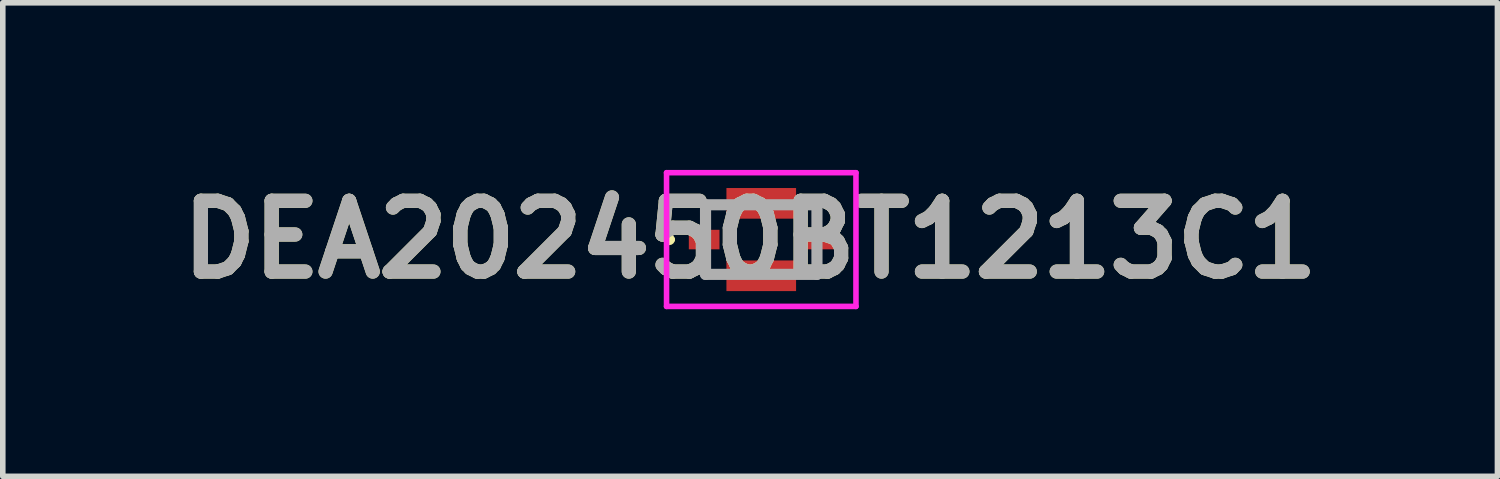
<source format=kicad_pcb>
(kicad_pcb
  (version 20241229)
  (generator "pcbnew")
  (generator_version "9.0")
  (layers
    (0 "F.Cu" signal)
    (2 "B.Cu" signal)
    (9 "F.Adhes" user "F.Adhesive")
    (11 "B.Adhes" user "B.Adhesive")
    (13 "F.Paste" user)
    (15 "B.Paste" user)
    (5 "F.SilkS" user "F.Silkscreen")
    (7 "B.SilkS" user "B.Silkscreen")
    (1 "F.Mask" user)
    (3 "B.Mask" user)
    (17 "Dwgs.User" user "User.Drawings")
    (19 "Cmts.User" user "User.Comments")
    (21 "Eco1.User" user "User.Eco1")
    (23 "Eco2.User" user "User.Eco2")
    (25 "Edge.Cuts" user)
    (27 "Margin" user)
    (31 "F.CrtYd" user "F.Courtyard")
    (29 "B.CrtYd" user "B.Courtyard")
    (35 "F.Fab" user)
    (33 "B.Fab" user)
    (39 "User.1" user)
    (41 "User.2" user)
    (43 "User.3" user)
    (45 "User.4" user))
  (footprint "DEA202450BT1213C1"
    (layer "F.Cu")
    (at 10.614 1.25)
    (property "Reference" "DEA202450BT1213C1" (at -0.2 0 0) (layer "F.SilkS") (effects (font (size 1.27 1.27) (thickness 0.254))))
    (attr smd)
    (fp_line (start -1.7 0) (end -1.7 0) (stroke (width 0.1) (type solid)) (layer "F.SilkS"))
    (fp_line (start -1.6 0) (end -1.6 0) (stroke (width 0.1) (type solid)) (layer "F.SilkS"))
    (fp_line (start -1 -0.625) (end -0.9 -0.625) (stroke (width 0.1) (type solid)) (layer "F.SilkS"))
    (fp_line (start -1 -0.6) (end -1 -0.625) (stroke (width 0.1) (type solid)) (layer "F.SilkS"))
    (fp_line (start -1 -0.4) (end -1 -0.6) (stroke (width 0.1) (type solid)) (layer "F.SilkS"))
    (fp_line (start -1 0.4) (end -1 0.625) (stroke (width 0.1) (type solid)) (layer "F.SilkS"))
    (fp_line (start -1 0.625) (end -0.9 0.625) (stroke (width 0.1) (type solid)) (layer "F.SilkS"))
    (fp_line (start 1 -0.625) (end 0.9 -0.625) (stroke (width 0.1) (type solid)) (layer "F.SilkS"))
    (fp_line (start 1 -0.4) (end 1 -0.625) (stroke (width 0.1) (type solid)) (layer "F.SilkS"))
    (fp_line (start 1 0.4) (end 1 0.625) (stroke (width 0.1) (type solid)) (layer "F.SilkS"))
    (fp_line (start 1 0.625) (end 0.9 0.625) (stroke (width 0.1) (type solid)) (layer "F.SilkS"))
    (fp_arc (start -1.7 0) (mid -1.65 -0.05) (end -1.6 0) (stroke (width 0.1) (type solid)) (layer "F.SilkS"))
    (fp_arc (start -1.6 0) (mid -1.65 0.05) (end -1.7 0) (stroke (width 0.1) (type solid)) (layer "F.SilkS"))
    (fp_line (start -1.7 -1.2) (end 1.7 -1.2) (stroke (width 0.1) (type solid)) (layer "F.CrtYd"))
    (fp_line (start -1.7 1.2) (end -1.7 -1.2) (stroke (width 0.1) (type solid)) (layer "F.CrtYd"))
    (fp_line (start 1.7 -1.2) (end 1.7 1.2) (stroke (width 0.1) (type solid)) (layer "F.CrtYd"))
    (fp_line (start 1.7 1.2) (end -1.7 1.2) (stroke (width 0.1) (type solid)) (layer "F.CrtYd"))
    (fp_line (start -1 -0.625) (end 1 -0.625) (stroke (width 0.2) (type solid)) (layer "F.Fab"))
    (fp_line (start -1 0.625) (end -1 -0.625) (stroke (width 0.2) (type solid)) (layer "F.Fab"))
    (fp_line (start 1 -0.625) (end 1 0.625) (stroke (width 0.2) (type solid)) (layer "F.Fab"))
    (fp_line (start 1 0.625) (end -1 0.625) (stroke (width 0.2) (type solid)) (layer "F.Fab"))
    (fp_text user "${REFERENCE}" (at -0.2 0 0) (layer "F.Fab") (effects (font (size 1.27 1.27) (thickness 0.254))))
    (pad "1" smd rect (at -1.025 0 90) (size 0.35 0.55) (layers "F.Cu" "F.Mask" "F.Paste"))
    (pad "2" smd rect (at 0 0.65 90) (size 0.55 1.25) (layers "F.Cu" "F.Mask" "F.Paste"))
    (pad "3" smd rect (at 1.025 0 90) (size 0.35 0.55) (layers "F.Cu" "F.Mask" "F.Paste"))
    (pad "4" smd rect (at 0 -0.65 90) (size 0.55 1.25) (layers "F.Cu" "F.Mask" "F.Paste")))
  (gr_rect
    (start -3 -3)
    (end 23.828 5.5)
    (stroke (width 0.1) (type default))
    (fill no)
    (layer "Edge.Cuts")))
</source>
